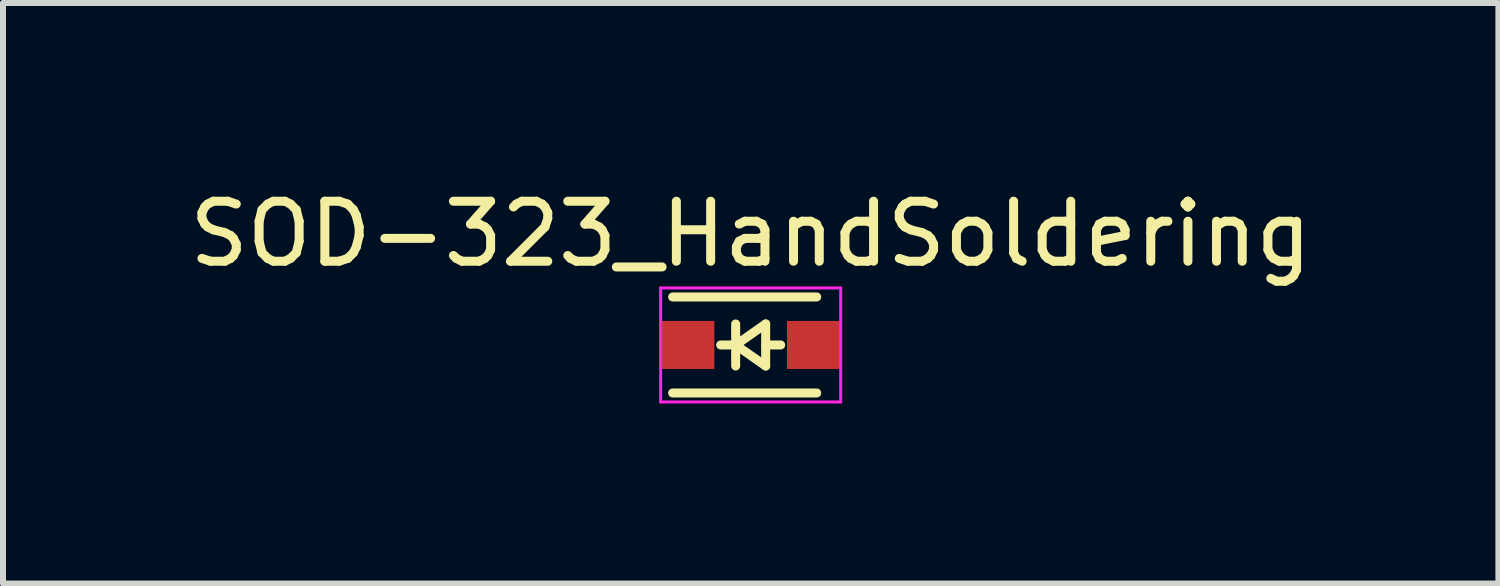
<source format=kicad_pcb>
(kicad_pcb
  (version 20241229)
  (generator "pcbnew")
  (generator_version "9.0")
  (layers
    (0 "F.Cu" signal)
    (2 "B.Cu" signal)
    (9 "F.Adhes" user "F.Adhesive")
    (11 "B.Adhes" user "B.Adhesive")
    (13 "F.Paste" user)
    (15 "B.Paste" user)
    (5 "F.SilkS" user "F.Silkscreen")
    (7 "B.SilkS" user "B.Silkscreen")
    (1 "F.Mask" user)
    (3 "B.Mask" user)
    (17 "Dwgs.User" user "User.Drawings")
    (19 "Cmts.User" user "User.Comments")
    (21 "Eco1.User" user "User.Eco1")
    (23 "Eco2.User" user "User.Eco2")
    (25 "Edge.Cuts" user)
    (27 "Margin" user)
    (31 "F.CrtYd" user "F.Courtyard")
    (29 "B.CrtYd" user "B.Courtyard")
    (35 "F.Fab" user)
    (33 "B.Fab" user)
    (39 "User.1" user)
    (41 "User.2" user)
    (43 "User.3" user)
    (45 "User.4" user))
  (footprint "SOD-323_HandSoldering"
    (layer "F.Cu")
    (at 9.458 2.698)
    (property "Reference" "SOD-323_HandSoldering" (at 0 -1.85 0) (layer "F.SilkS") (effects (font (size 1 1) (thickness 0.15))))
    (attr smd)
    (fp_line (start -1.3 -0.8) (end 1.1 -0.8) (stroke (width 0.15) (type solid)) (layer "F.SilkS"))
    (fp_line (start -1.3 0.8) (end 1.1 0.8) (stroke (width 0.15) (type solid)) (layer "F.SilkS"))
    (fp_line (start -0.25 -0.35) (end -0.25 0.35) (stroke (width 0.15) (type solid)) (layer "F.SilkS"))
    (fp_line (start -0.25 0) (end -0.5 0) (stroke (width 0.15) (type solid)) (layer "F.SilkS"))
    (fp_line (start -0.25 0) (end 0.25 -0.35) (stroke (width 0.15) (type solid)) (layer "F.SilkS"))
    (fp_line (start 0.25 -0.35) (end 0.25 0.35) (stroke (width 0.15) (type solid)) (layer "F.SilkS"))
    (fp_line (start 0.25 0) (end 0.5 0) (stroke (width 0.15) (type solid)) (layer "F.SilkS"))
    (fp_line (start 0.25 0.35) (end -0.25 0) (stroke (width 0.15) (type solid)) (layer "F.SilkS"))
    (fp_line (start -1.5 -0.95) (end -1.5 0.95) (stroke (width 0.05) (type solid)) (layer "F.CrtYd"))
    (fp_line (start -1.5 -0.95) (end 1.5 -0.95) (stroke (width 0.05) (type solid)) (layer "F.CrtYd"))
    (fp_line (start -1.5 0.95) (end 1.5 0.95) (stroke (width 0.05) (type solid)) (layer "F.CrtYd"))
    (fp_line (start 1.5 -0.95) (end 1.5 0.95) (stroke (width 0.05) (type solid)) (layer "F.CrtYd"))
    (pad "1" smd rect (at -1.055 0) (size 0.9 0.8) (layers "F.Cu" "F.Mask" "F.Paste"))
    (pad "2" smd rect (at 1.055 0) (size 0.9 0.8) (layers "F.Cu" "F.Mask" "F.Paste")))
  (gr_rect
    (start -3 -3)
    (end 21.917 6.673)
    (stroke (width 0.1) (type default))
    (fill no)
    (layer "Edge.Cuts")))
</source>
